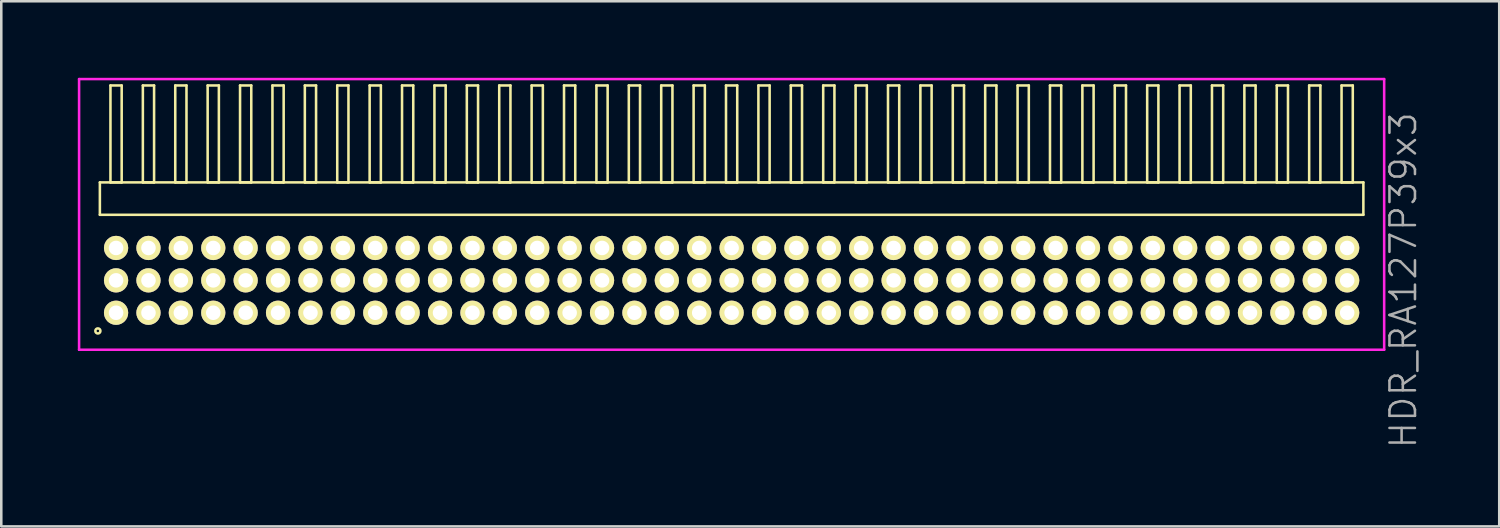
<source format=kicad_pcb>
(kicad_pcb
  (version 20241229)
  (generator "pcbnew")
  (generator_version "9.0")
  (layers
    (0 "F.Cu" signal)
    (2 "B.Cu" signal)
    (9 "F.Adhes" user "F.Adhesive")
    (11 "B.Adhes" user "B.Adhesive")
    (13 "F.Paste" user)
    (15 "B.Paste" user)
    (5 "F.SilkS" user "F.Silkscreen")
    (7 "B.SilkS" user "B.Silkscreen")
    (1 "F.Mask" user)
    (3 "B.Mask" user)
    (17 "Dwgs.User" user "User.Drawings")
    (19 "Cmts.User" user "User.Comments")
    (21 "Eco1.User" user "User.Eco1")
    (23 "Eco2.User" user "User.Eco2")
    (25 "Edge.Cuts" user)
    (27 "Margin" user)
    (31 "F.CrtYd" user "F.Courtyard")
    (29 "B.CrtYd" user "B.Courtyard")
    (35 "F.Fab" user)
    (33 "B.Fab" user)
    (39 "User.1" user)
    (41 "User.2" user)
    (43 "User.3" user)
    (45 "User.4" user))
  (footprint "HDR_RA127P39x3"
    (layer "F.Cu")
    (at 25.63 7.94)
    (property "Reference" "HDR_RA127P39x3" (at 26.33 0 90) (layer "F.Fab") (effects (font (size 1 1) (thickness 0.1))))
    (attr through_hole)
    (fp_line (start -24.765 -3.84) (end -24.765 -2.57) (stroke (width 0.1) (type solid)) (layer "F.SilkS"))
    (fp_line (start -24.765 -2.57) (end 24.765 -2.57) (stroke (width 0.1) (type solid)) (layer "F.SilkS"))
    (fp_line (start -24.35 -7.64) (end -24.35 -3.84) (stroke (width 0.1) (type solid)) (layer "F.SilkS"))
    (fp_line (start -24.35 -3.84) (end -23.91 -3.84) (stroke (width 0.1) (type solid)) (layer "F.SilkS"))
    (fp_line (start -23.91 -7.64) (end -24.35 -7.64) (stroke (width 0.1) (type solid)) (layer "F.SilkS"))
    (fp_line (start -23.91 -3.84) (end -23.91 -7.64) (stroke (width 0.1) (type solid)) (layer "F.SilkS"))
    (fp_line (start -23.08 -7.64) (end -23.08 -3.84) (stroke (width 0.1) (type solid)) (layer "F.SilkS"))
    (fp_line (start -23.08 -3.84) (end -22.64 -3.84) (stroke (width 0.1) (type solid)) (layer "F.SilkS"))
    (fp_line (start -22.64 -7.64) (end -23.08 -7.64) (stroke (width 0.1) (type solid)) (layer "F.SilkS"))
    (fp_line (start -22.64 -3.84) (end -22.64 -7.64) (stroke (width 0.1) (type solid)) (layer "F.SilkS"))
    (fp_line (start -21.81 -7.64) (end -21.81 -3.84) (stroke (width 0.1) (type solid)) (layer "F.SilkS"))
    (fp_line (start -21.81 -3.84) (end -21.37 -3.84) (stroke (width 0.1) (type solid)) (layer "F.SilkS"))
    (fp_line (start -21.37 -7.64) (end -21.81 -7.64) (stroke (width 0.1) (type solid)) (layer "F.SilkS"))
    (fp_line (start -21.37 -3.84) (end -21.37 -7.64) (stroke (width 0.1) (type solid)) (layer "F.SilkS"))
    (fp_line (start -20.54 -7.64) (end -20.54 -3.84) (stroke (width 0.1) (type solid)) (layer "F.SilkS"))
    (fp_line (start -20.54 -3.84) (end -20.1 -3.84) (stroke (width 0.1) (type solid)) (layer "F.SilkS"))
    (fp_line (start -20.1 -7.64) (end -20.54 -7.64) (stroke (width 0.1) (type solid)) (layer "F.SilkS"))
    (fp_line (start -20.1 -3.84) (end -20.1 -7.64) (stroke (width 0.1) (type solid)) (layer "F.SilkS"))
    (fp_line (start -19.27 -7.64) (end -19.27 -3.84) (stroke (width 0.1) (type solid)) (layer "F.SilkS"))
    (fp_line (start -19.27 -3.84) (end -18.83 -3.84) (stroke (width 0.1) (type solid)) (layer "F.SilkS"))
    (fp_line (start -18.83 -7.64) (end -19.27 -7.64) (stroke (width 0.1) (type solid)) (layer "F.SilkS"))
    (fp_line (start -18.83 -3.84) (end -18.83 -7.64) (stroke (width 0.1) (type solid)) (layer "F.SilkS"))
    (fp_line (start -18 -7.64) (end -18 -3.84) (stroke (width 0.1) (type solid)) (layer "F.SilkS"))
    (fp_line (start -18 -3.84) (end -17.56 -3.84) (stroke (width 0.1) (type solid)) (layer "F.SilkS"))
    (fp_line (start -17.56 -7.64) (end -18 -7.64) (stroke (width 0.1) (type solid)) (layer "F.SilkS"))
    (fp_line (start -17.56 -3.84) (end -17.56 -7.64) (stroke (width 0.1) (type solid)) (layer "F.SilkS"))
    (fp_line (start -16.73 -7.64) (end -16.73 -3.84) (stroke (width 0.1) (type solid)) (layer "F.SilkS"))
    (fp_line (start -16.73 -3.84) (end -16.29 -3.84) (stroke (width 0.1) (type solid)) (layer "F.SilkS"))
    (fp_line (start -16.29 -7.64) (end -16.73 -7.64) (stroke (width 0.1) (type solid)) (layer "F.SilkS"))
    (fp_line (start -16.29 -3.84) (end -16.29 -7.64) (stroke (width 0.1) (type solid)) (layer "F.SilkS"))
    (fp_line (start -15.46 -7.64) (end -15.46 -3.84) (stroke (width 0.1) (type solid)) (layer "F.SilkS"))
    (fp_line (start -15.46 -3.84) (end -15.02 -3.84) (stroke (width 0.1) (type solid)) (layer "F.SilkS"))
    (fp_line (start -15.02 -7.64) (end -15.46 -7.64) (stroke (width 0.1) (type solid)) (layer "F.SilkS"))
    (fp_line (start -15.02 -3.84) (end -15.02 -7.64) (stroke (width 0.1) (type solid)) (layer "F.SilkS"))
    (fp_line (start -14.19 -7.64) (end -14.19 -3.84) (stroke (width 0.1) (type solid)) (layer "F.SilkS"))
    (fp_line (start -14.19 -3.84) (end -13.75 -3.84) (stroke (width 0.1) (type solid)) (layer "F.SilkS"))
    (fp_line (start -13.75 -7.64) (end -14.19 -7.64) (stroke (width 0.1) (type solid)) (layer "F.SilkS"))
    (fp_line (start -13.75 -3.84) (end -13.75 -7.64) (stroke (width 0.1) (type solid)) (layer "F.SilkS"))
    (fp_line (start -12.92 -7.64) (end -12.92 -3.84) (stroke (width 0.1) (type solid)) (layer "F.SilkS"))
    (fp_line (start -12.92 -3.84) (end -12.48 -3.84) (stroke (width 0.1) (type solid)) (layer "F.SilkS"))
    (fp_line (start -12.48 -7.64) (end -12.92 -7.64) (stroke (width 0.1) (type solid)) (layer "F.SilkS"))
    (fp_line (start -12.48 -3.84) (end -12.48 -7.64) (stroke (width 0.1) (type solid)) (layer "F.SilkS"))
    (fp_line (start -11.65 -7.64) (end -11.65 -3.84) (stroke (width 0.1) (type solid)) (layer "F.SilkS"))
    (fp_line (start -11.65 -3.84) (end -11.21 -3.84) (stroke (width 0.1) (type solid)) (layer "F.SilkS"))
    (fp_line (start -11.21 -7.64) (end -11.65 -7.64) (stroke (width 0.1) (type solid)) (layer "F.SilkS"))
    (fp_line (start -11.21 -3.84) (end -11.21 -7.64) (stroke (width 0.1) (type solid)) (layer "F.SilkS"))
    (fp_line (start -10.38 -7.64) (end -10.38 -3.84) (stroke (width 0.1) (type solid)) (layer "F.SilkS"))
    (fp_line (start -10.38 -3.84) (end -9.94 -3.84) (stroke (width 0.1) (type solid)) (layer "F.SilkS"))
    (fp_line (start -9.94 -7.64) (end -10.38 -7.64) (stroke (width 0.1) (type solid)) (layer "F.SilkS"))
    (fp_line (start -9.94 -3.84) (end -9.94 -7.64) (stroke (width 0.1) (type solid)) (layer "F.SilkS"))
    (fp_line (start -9.11 -7.64) (end -9.11 -3.84) (stroke (width 0.1) (type solid)) (layer "F.SilkS"))
    (fp_line (start -9.11 -3.84) (end -8.67 -3.84) (stroke (width 0.1) (type solid)) (layer "F.SilkS"))
    (fp_line (start -8.67 -7.64) (end -9.11 -7.64) (stroke (width 0.1) (type solid)) (layer "F.SilkS"))
    (fp_line (start -8.67 -3.84) (end -8.67 -7.64) (stroke (width 0.1) (type solid)) (layer "F.SilkS"))
    (fp_line (start -7.84 -7.64) (end -7.84 -3.84) (stroke (width 0.1) (type solid)) (layer "F.SilkS"))
    (fp_line (start -7.84 -3.84) (end -7.4 -3.84) (stroke (width 0.1) (type solid)) (layer "F.SilkS"))
    (fp_line (start -7.4 -7.64) (end -7.84 -7.64) (stroke (width 0.1) (type solid)) (layer "F.SilkS"))
    (fp_line (start -7.4 -3.84) (end -7.4 -7.64) (stroke (width 0.1) (type solid)) (layer "F.SilkS"))
    (fp_line (start -6.57 -7.64) (end -6.57 -3.84) (stroke (width 0.1) (type solid)) (layer "F.SilkS"))
    (fp_line (start -6.57 -3.84) (end -6.13 -3.84) (stroke (width 0.1) (type solid)) (layer "F.SilkS"))
    (fp_line (start -6.13 -7.64) (end -6.57 -7.64) (stroke (width 0.1) (type solid)) (layer "F.SilkS"))
    (fp_line (start -6.13 -3.84) (end -6.13 -7.64) (stroke (width 0.1) (type solid)) (layer "F.SilkS"))
    (fp_line (start -5.3 -7.64) (end -5.3 -3.84) (stroke (width 0.1) (type solid)) (layer "F.SilkS"))
    (fp_line (start -5.3 -3.84) (end -4.86 -3.84) (stroke (width 0.1) (type solid)) (layer "F.SilkS"))
    (fp_line (start -4.86 -7.64) (end -5.3 -7.64) (stroke (width 0.1) (type solid)) (layer "F.SilkS"))
    (fp_line (start -4.86 -3.84) (end -4.86 -7.64) (stroke (width 0.1) (type solid)) (layer "F.SilkS"))
    (fp_line (start -4.03 -7.64) (end -4.03 -3.84) (stroke (width 0.1) (type solid)) (layer "F.SilkS"))
    (fp_line (start -4.03 -3.84) (end -3.59 -3.84) (stroke (width 0.1) (type solid)) (layer "F.SilkS"))
    (fp_line (start -3.59 -7.64) (end -4.03 -7.64) (stroke (width 0.1) (type solid)) (layer "F.SilkS"))
    (fp_line (start -3.59 -3.84) (end -3.59 -7.64) (stroke (width 0.1) (type solid)) (layer "F.SilkS"))
    (fp_line (start -2.76 -7.64) (end -2.76 -3.84) (stroke (width 0.1) (type solid)) (layer "F.SilkS"))
    (fp_line (start -2.76 -3.84) (end -2.32 -3.84) (stroke (width 0.1) (type solid)) (layer "F.SilkS"))
    (fp_line (start -2.32 -7.64) (end -2.76 -7.64) (stroke (width 0.1) (type solid)) (layer "F.SilkS"))
    (fp_line (start -2.32 -3.84) (end -2.32 -7.64) (stroke (width 0.1) (type solid)) (layer "F.SilkS"))
    (fp_line (start -1.49 -7.64) (end -1.49 -3.84) (stroke (width 0.1) (type solid)) (layer "F.SilkS"))
    (fp_line (start -1.49 -3.84) (end -1.05 -3.84) (stroke (width 0.1) (type solid)) (layer "F.SilkS"))
    (fp_line (start -1.05 -7.64) (end -1.49 -7.64) (stroke (width 0.1) (type solid)) (layer "F.SilkS"))
    (fp_line (start -1.05 -3.84) (end -1.05 -7.64) (stroke (width 0.1) (type solid)) (layer "F.SilkS"))
    (fp_line (start -0.22 -7.64) (end -0.22 -3.84) (stroke (width 0.1) (type solid)) (layer "F.SilkS"))
    (fp_line (start -0.22 -3.84) (end 0.22 -3.84) (stroke (width 0.1) (type solid)) (layer "F.SilkS"))
    (fp_line (start 0.22 -7.64) (end -0.22 -7.64) (stroke (width 0.1) (type solid)) (layer "F.SilkS"))
    (fp_line (start 0.22 -3.84) (end 0.22 -7.64) (stroke (width 0.1) (type solid)) (layer "F.SilkS"))
    (fp_line (start 1.05 -7.64) (end 1.05 -3.84) (stroke (width 0.1) (type solid)) (layer "F.SilkS"))
    (fp_line (start 1.05 -3.84) (end 1.49 -3.84) (stroke (width 0.1) (type solid)) (layer "F.SilkS"))
    (fp_line (start 1.49 -7.64) (end 1.05 -7.64) (stroke (width 0.1) (type solid)) (layer "F.SilkS"))
    (fp_line (start 1.49 -3.84) (end 1.49 -7.64) (stroke (width 0.1) (type solid)) (layer "F.SilkS"))
    (fp_line (start 2.32 -7.64) (end 2.32 -3.84) (stroke (width 0.1) (type solid)) (layer "F.SilkS"))
    (fp_line (start 2.32 -3.84) (end 2.76 -3.84) (stroke (width 0.1) (type solid)) (layer "F.SilkS"))
    (fp_line (start 2.76 -7.64) (end 2.32 -7.64) (stroke (width 0.1) (type solid)) (layer "F.SilkS"))
    (fp_line (start 2.76 -3.84) (end 2.76 -7.64) (stroke (width 0.1) (type solid)) (layer "F.SilkS"))
    (fp_line (start 3.59 -7.64) (end 3.59 -3.84) (stroke (width 0.1) (type solid)) (layer "F.SilkS"))
    (fp_line (start 3.59 -3.84) (end 4.03 -3.84) (stroke (width 0.1) (type solid)) (layer "F.SilkS"))
    (fp_line (start 4.03 -7.64) (end 3.59 -7.64) (stroke (width 0.1) (type solid)) (layer "F.SilkS"))
    (fp_line (start 4.03 -3.84) (end 4.03 -7.64) (stroke (width 0.1) (type solid)) (layer "F.SilkS"))
    (fp_line (start 4.86 -7.64) (end 4.86 -3.84) (stroke (width 0.1) (type solid)) (layer "F.SilkS"))
    (fp_line (start 4.86 -3.84) (end 5.3 -3.84) (stroke (width 0.1) (type solid)) (layer "F.SilkS"))
    (fp_line (start 5.3 -7.64) (end 4.86 -7.64) (stroke (width 0.1) (type solid)) (layer "F.SilkS"))
    (fp_line (start 5.3 -3.84) (end 5.3 -7.64) (stroke (width 0.1) (type solid)) (layer "F.SilkS"))
    (fp_line (start 6.13 -7.64) (end 6.13 -3.84) (stroke (width 0.1) (type solid)) (layer "F.SilkS"))
    (fp_line (start 6.13 -3.84) (end 6.57 -3.84) (stroke (width 0.1) (type solid)) (layer "F.SilkS"))
    (fp_line (start 6.57 -7.64) (end 6.13 -7.64) (stroke (width 0.1) (type solid)) (layer "F.SilkS"))
    (fp_line (start 6.57 -3.84) (end 6.57 -7.64) (stroke (width 0.1) (type solid)) (layer "F.SilkS"))
    (fp_line (start 7.4 -7.64) (end 7.4 -3.84) (stroke (width 0.1) (type solid)) (layer "F.SilkS"))
    (fp_line (start 7.4 -3.84) (end 7.84 -3.84) (stroke (width 0.1) (type solid)) (layer "F.SilkS"))
    (fp_line (start 7.84 -7.64) (end 7.4 -7.64) (stroke (width 0.1) (type solid)) (layer "F.SilkS"))
    (fp_line (start 7.84 -3.84) (end 7.84 -7.64) (stroke (width 0.1) (type solid)) (layer "F.SilkS"))
    (fp_line (start 8.67 -7.64) (end 8.67 -3.84) (stroke (width 0.1) (type solid)) (layer "F.SilkS"))
    (fp_line (start 8.67 -3.84) (end 9.11 -3.84) (stroke (width 0.1) (type solid)) (layer "F.SilkS"))
    (fp_line (start 9.11 -7.64) (end 8.67 -7.64) (stroke (width 0.1) (type solid)) (layer "F.SilkS"))
    (fp_line (start 9.11 -3.84) (end 9.11 -7.64) (stroke (width 0.1) (type solid)) (layer "F.SilkS"))
    (fp_line (start 9.94 -7.64) (end 9.94 -3.84) (stroke (width 0.1) (type solid)) (layer "F.SilkS"))
    (fp_line (start 9.94 -3.84) (end 10.38 -3.84) (stroke (width 0.1) (type solid)) (layer "F.SilkS"))
    (fp_line (start 10.38 -7.64) (end 9.94 -7.64) (stroke (width 0.1) (type solid)) (layer "F.SilkS"))
    (fp_line (start 10.38 -3.84) (end 10.38 -7.64) (stroke (width 0.1) (type solid)) (layer "F.SilkS"))
    (fp_line (start 11.21 -7.64) (end 11.21 -3.84) (stroke (width 0.1) (type solid)) (layer "F.SilkS"))
    (fp_line (start 11.21 -3.84) (end 11.65 -3.84) (stroke (width 0.1) (type solid)) (layer "F.SilkS"))
    (fp_line (start 11.65 -7.64) (end 11.21 -7.64) (stroke (width 0.1) (type solid)) (layer "F.SilkS"))
    (fp_line (start 11.65 -3.84) (end 11.65 -7.64) (stroke (width 0.1) (type solid)) (layer "F.SilkS"))
    (fp_line (start 12.48 -7.64) (end 12.48 -3.84) (stroke (width 0.1) (type solid)) (layer "F.SilkS"))
    (fp_line (start 12.48 -3.84) (end 12.92 -3.84) (stroke (width 0.1) (type solid)) (layer "F.SilkS"))
    (fp_line (start 12.92 -7.64) (end 12.48 -7.64) (stroke (width 0.1) (type solid)) (layer "F.SilkS"))
    (fp_line (start 12.92 -3.84) (end 12.92 -7.64) (stroke (width 0.1) (type solid)) (layer "F.SilkS"))
    (fp_line (start 13.75 -7.64) (end 13.75 -3.84) (stroke (width 0.1) (type solid)) (layer "F.SilkS"))
    (fp_line (start 13.75 -3.84) (end 14.19 -3.84) (stroke (width 0.1) (type solid)) (layer "F.SilkS"))
    (fp_line (start 14.19 -7.64) (end 13.75 -7.64) (stroke (width 0.1) (type solid)) (layer "F.SilkS"))
    (fp_line (start 14.19 -3.84) (end 14.19 -7.64) (stroke (width 0.1) (type solid)) (layer "F.SilkS"))
    (fp_line (start 15.02 -7.64) (end 15.02 -3.84) (stroke (width 0.1) (type solid)) (layer "F.SilkS"))
    (fp_line (start 15.02 -3.84) (end 15.46 -3.84) (stroke (width 0.1) (type solid)) (layer "F.SilkS"))
    (fp_line (start 15.46 -7.64) (end 15.02 -7.64) (stroke (width 0.1) (type solid)) (layer "F.SilkS"))
    (fp_line (start 15.46 -3.84) (end 15.46 -7.64) (stroke (width 0.1) (type solid)) (layer "F.SilkS"))
    (fp_line (start 16.29 -7.64) (end 16.29 -3.84) (stroke (width 0.1) (type solid)) (layer "F.SilkS"))
    (fp_line (start 16.29 -3.84) (end 16.73 -3.84) (stroke (width 0.1) (type solid)) (layer "F.SilkS"))
    (fp_line (start 16.73 -7.64) (end 16.29 -7.64) (stroke (width 0.1) (type solid)) (layer "F.SilkS"))
    (fp_line (start 16.73 -3.84) (end 16.73 -7.64) (stroke (width 0.1) (type solid)) (layer "F.SilkS"))
    (fp_line (start 17.56 -7.64) (end 17.56 -3.84) (stroke (width 0.1) (type solid)) (layer "F.SilkS"))
    (fp_line (start 17.56 -3.84) (end 18 -3.84) (stroke (width 0.1) (type solid)) (layer "F.SilkS"))
    (fp_line (start 18 -7.64) (end 17.56 -7.64) (stroke (width 0.1) (type solid)) (layer "F.SilkS"))
    (fp_line (start 18 -3.84) (end 18 -7.64) (stroke (width 0.1) (type solid)) (layer "F.SilkS"))
    (fp_line (start 18.83 -7.64) (end 18.83 -3.84) (stroke (width 0.1) (type solid)) (layer "F.SilkS"))
    (fp_line (start 18.83 -3.84) (end 19.27 -3.84) (stroke (width 0.1) (type solid)) (layer "F.SilkS"))
    (fp_line (start 19.27 -7.64) (end 18.83 -7.64) (stroke (width 0.1) (type solid)) (layer "F.SilkS"))
    (fp_line (start 19.27 -3.84) (end 19.27 -7.64) (stroke (width 0.1) (type solid)) (layer "F.SilkS"))
    (fp_line (start 20.1 -7.64) (end 20.1 -3.84) (stroke (width 0.1) (type solid)) (layer "F.SilkS"))
    (fp_line (start 20.1 -3.84) (end 20.54 -3.84) (stroke (width 0.1) (type solid)) (layer "F.SilkS"))
    (fp_line (start 20.54 -7.64) (end 20.1 -7.64) (stroke (width 0.1) (type solid)) (layer "F.SilkS"))
    (fp_line (start 20.54 -3.84) (end 20.54 -7.64) (stroke (width 0.1) (type solid)) (layer "F.SilkS"))
    (fp_line (start 21.37 -7.64) (end 21.37 -3.84) (stroke (width 0.1) (type solid)) (layer "F.SilkS"))
    (fp_line (start 21.37 -3.84) (end 21.81 -3.84) (stroke (width 0.1) (type solid)) (layer "F.SilkS"))
    (fp_line (start 21.81 -7.64) (end 21.37 -7.64) (stroke (width 0.1) (type solid)) (layer "F.SilkS"))
    (fp_line (start 21.81 -3.84) (end 21.81 -7.64) (stroke (width 0.1) (type solid)) (layer "F.SilkS"))
    (fp_line (start 22.64 -7.64) (end 22.64 -3.84) (stroke (width 0.1) (type solid)) (layer "F.SilkS"))
    (fp_line (start 22.64 -3.84) (end 23.08 -3.84) (stroke (width 0.1) (type solid)) (layer "F.SilkS"))
    (fp_line (start 23.08 -7.64) (end 22.64 -7.64) (stroke (width 0.1) (type solid)) (layer "F.SilkS"))
    (fp_line (start 23.08 -3.84) (end 23.08 -7.64) (stroke (width 0.1) (type solid)) (layer "F.SilkS"))
    (fp_line (start 23.91 -7.64) (end 23.91 -3.84) (stroke (width 0.1) (type solid)) (layer "F.SilkS"))
    (fp_line (start 23.91 -3.84) (end 24.35 -3.84) (stroke (width 0.1) (type solid)) (layer "F.SilkS"))
    (fp_line (start 24.35 -7.64) (end 23.91 -7.64) (stroke (width 0.1) (type solid)) (layer "F.SilkS"))
    (fp_line (start 24.35 -3.84) (end 24.35 -7.64) (stroke (width 0.1) (type solid)) (layer "F.SilkS"))
    (fp_line (start 24.765 -3.84) (end -24.765 -3.84) (stroke (width 0.1) (type solid)) (layer "F.SilkS"))
    (fp_line (start 24.765 -2.57) (end 24.765 -3.84) (stroke (width 0.1) (type solid)) (layer "F.SilkS"))
    (fp_circle (center -24.843 1.983) (end -24.743 1.983) (stroke (width 0.1) (type solid)) (fill no) (layer "F.SilkS"))
    (fp_line (start -25.58 -7.89) (end -25.58 2.72) (stroke (width 0.1) (type solid)) (layer "F.CrtYd"))
    (fp_line (start -25.58 2.72) (end 25.58 2.72) (stroke (width 0.1) (type solid)) (layer "F.CrtYd"))
    (fp_line (start 25.58 -7.89) (end -25.58 -7.89) (stroke (width 0.1) (type solid)) (layer "F.CrtYd"))
    (fp_line (start 25.58 2.72) (end 25.58 -7.89) (stroke (width 0.1) (type solid)) (layer "F.CrtYd"))
    (pad "1" thru_hole oval (at -24.13 1.27) (size 0.95 0.95) (drill 0.57) (layers "*.Cu" "*.Mask" "F.SilkS"))
    (pad "2" thru_hole oval (at -24.13 0) (size 0.95 0.95) (drill 0.57) (layers "*.Cu" "*.Mask" "F.SilkS"))
    (pad "3" thru_hole oval (at -24.13 -1.27) (size 0.95 0.95) (drill 0.57) (layers "*.Cu" "*.Mask" "F.SilkS"))
    (pad "4" thru_hole oval (at -22.86 1.27) (size 0.95 0.95) (drill 0.57) (layers "*.Cu" "*.Mask" "F.SilkS"))
    (pad "5" thru_hole oval (at -22.86 0) (size 0.95 0.95) (drill 0.57) (layers "*.Cu" "*.Mask" "F.SilkS"))
    (pad "6" thru_hole oval (at -22.86 -1.27) (size 0.95 0.95) (drill 0.57) (layers "*.Cu" "*.Mask" "F.SilkS"))
    (pad "7" thru_hole oval (at -21.59 1.27) (size 0.95 0.95) (drill 0.57) (layers "*.Cu" "*.Mask" "F.SilkS"))
    (pad "8" thru_hole oval (at -21.59 0) (size 0.95 0.95) (drill 0.57) (layers "*.Cu" "*.Mask" "F.SilkS"))
    (pad "9" thru_hole oval (at -21.59 -1.27) (size 0.95 0.95) (drill 0.57) (layers "*.Cu" "*.Mask" "F.SilkS"))
    (pad "10" thru_hole oval (at -20.32 1.27) (size 0.95 0.95) (drill 0.57) (layers "*.Cu" "*.Mask" "F.SilkS"))
    (pad "11" thru_hole oval (at -20.32 0) (size 0.95 0.95) (drill 0.57) (layers "*.Cu" "*.Mask" "F.SilkS"))
    (pad "12" thru_hole oval (at -20.32 -1.27) (size 0.95 0.95) (drill 0.57) (layers "*.Cu" "*.Mask" "F.SilkS"))
    (pad "13" thru_hole oval (at -19.05 1.27) (size 0.95 0.95) (drill 0.57) (layers "*.Cu" "*.Mask" "F.SilkS"))
    (pad "14" thru_hole oval (at -19.05 0) (size 0.95 0.95) (drill 0.57) (layers "*.Cu" "*.Mask" "F.SilkS"))
    (pad "15" thru_hole oval (at -19.05 -1.27) (size 0.95 0.95) (drill 0.57) (layers "*.Cu" "*.Mask" "F.SilkS"))
    (pad "16" thru_hole oval (at -17.78 1.27) (size 0.95 0.95) (drill 0.57) (layers "*.Cu" "*.Mask" "F.SilkS"))
    (pad "17" thru_hole oval (at -17.78 0) (size 0.95 0.95) (drill 0.57) (layers "*.Cu" "*.Mask" "F.SilkS"))
    (pad "18" thru_hole oval (at -17.78 -1.27) (size 0.95 0.95) (drill 0.57) (layers "*.Cu" "*.Mask" "F.SilkS"))
    (pad "19" thru_hole oval (at -16.51 1.27) (size 0.95 0.95) (drill 0.57) (layers "*.Cu" "*.Mask" "F.SilkS"))
    (pad "20" thru_hole oval (at -16.51 0) (size 0.95 0.95) (drill 0.57) (layers "*.Cu" "*.Mask" "F.SilkS"))
    (pad "21" thru_hole oval (at -16.51 -1.27) (size 0.95 0.95) (drill 0.57) (layers "*.Cu" "*.Mask" "F.SilkS"))
    (pad "22" thru_hole oval (at -15.24 1.27) (size 0.95 0.95) (drill 0.57) (layers "*.Cu" "*.Mask" "F.SilkS"))
    (pad "23" thru_hole oval (at -15.24 0) (size 0.95 0.95) (drill 0.57) (layers "*.Cu" "*.Mask" "F.SilkS"))
    (pad "24" thru_hole oval (at -15.24 -1.27) (size 0.95 0.95) (drill 0.57) (layers "*.Cu" "*.Mask" "F.SilkS"))
    (pad "25" thru_hole oval (at -13.97 1.27) (size 0.95 0.95) (drill 0.57) (layers "*.Cu" "*.Mask" "F.SilkS"))
    (pad "26" thru_hole oval (at -13.97 0) (size 0.95 0.95) (drill 0.57) (layers "*.Cu" "*.Mask" "F.SilkS"))
    (pad "27" thru_hole oval (at -13.97 -1.27) (size 0.95 0.95) (drill 0.57) (layers "*.Cu" "*.Mask" "F.SilkS"))
    (pad "28" thru_hole oval (at -12.7 1.27) (size 0.95 0.95) (drill 0.57) (layers "*.Cu" "*.Mask" "F.SilkS"))
    (pad "29" thru_hole oval (at -12.7 0) (size 0.95 0.95) (drill 0.57) (layers "*.Cu" "*.Mask" "F.SilkS"))
    (pad "30" thru_hole oval (at -12.7 -1.27) (size 0.95 0.95) (drill 0.57) (layers "*.Cu" "*.Mask" "F.SilkS"))
    (pad "31" thru_hole oval (at -11.43 1.27) (size 0.95 0.95) (drill 0.57) (layers "*.Cu" "*.Mask" "F.SilkS"))
    (pad "32" thru_hole oval (at -11.43 0) (size 0.95 0.95) (drill 0.57) (layers "*.Cu" "*.Mask" "F.SilkS"))
    (pad "33" thru_hole oval (at -11.43 -1.27) (size 0.95 0.95) (drill 0.57) (layers "*.Cu" "*.Mask" "F.SilkS"))
    (pad "34" thru_hole oval (at -10.16 1.27) (size 0.95 0.95) (drill 0.57) (layers "*.Cu" "*.Mask" "F.SilkS"))
    (pad "35" thru_hole oval (at -10.16 0) (size 0.95 0.95) (drill 0.57) (layers "*.Cu" "*.Mask" "F.SilkS"))
    (pad "36" thru_hole oval (at -10.16 -1.27) (size 0.95 0.95) (drill 0.57) (layers "*.Cu" "*.Mask" "F.SilkS"))
    (pad "37" thru_hole oval (at -8.89 1.27) (size 0.95 0.95) (drill 0.57) (layers "*.Cu" "*.Mask" "F.SilkS"))
    (pad "38" thru_hole oval (at -8.89 0) (size 0.95 0.95) (drill 0.57) (layers "*.Cu" "*.Mask" "F.SilkS"))
    (pad "39" thru_hole oval (at -8.89 -1.27) (size 0.95 0.95) (drill 0.57) (layers "*.Cu" "*.Mask" "F.SilkS"))
    (pad "40" thru_hole oval (at -7.62 1.27) (size 0.95 0.95) (drill 0.57) (layers "*.Cu" "*.Mask" "F.SilkS"))
    (pad "41" thru_hole oval (at -7.62 0) (size 0.95 0.95) (drill 0.57) (layers "*.Cu" "*.Mask" "F.SilkS"))
    (pad "42" thru_hole oval (at -7.62 -1.27) (size 0.95 0.95) (drill 0.57) (layers "*.Cu" "*.Mask" "F.SilkS"))
    (pad "43" thru_hole oval (at -6.35 1.27) (size 0.95 0.95) (drill 0.57) (layers "*.Cu" "*.Mask" "F.SilkS"))
    (pad "44" thru_hole oval (at -6.35 0) (size 0.95 0.95) (drill 0.57) (layers "*.Cu" "*.Mask" "F.SilkS"))
    (pad "45" thru_hole oval (at -6.35 -1.27) (size 0.95 0.95) (drill 0.57) (layers "*.Cu" "*.Mask" "F.SilkS"))
    (pad "46" thru_hole oval (at -5.08 1.27) (size 0.95 0.95) (drill 0.57) (layers "*.Cu" "*.Mask" "F.SilkS"))
    (pad "47" thru_hole oval (at -5.08 0) (size 0.95 0.95) (drill 0.57) (layers "*.Cu" "*.Mask" "F.SilkS"))
    (pad "48" thru_hole oval (at -5.08 -1.27) (size 0.95 0.95) (drill 0.57) (layers "*.Cu" "*.Mask" "F.SilkS"))
    (pad "49" thru_hole oval (at -3.81 1.27) (size 0.95 0.95) (drill 0.57) (layers "*.Cu" "*.Mask" "F.SilkS"))
    (pad "50" thru_hole oval (at -3.81 0) (size 0.95 0.95) (drill 0.57) (layers "*.Cu" "*.Mask" "F.SilkS"))
    (pad "51" thru_hole oval (at -3.81 -1.27) (size 0.95 0.95) (drill 0.57) (layers "*.Cu" "*.Mask" "F.SilkS"))
    (pad "52" thru_hole oval (at -2.54 1.27) (size 0.95 0.95) (drill 0.57) (layers "*.Cu" "*.Mask" "F.SilkS"))
    (pad "53" thru_hole oval (at -2.54 0) (size 0.95 0.95) (drill 0.57) (layers "*.Cu" "*.Mask" "F.SilkS"))
    (pad "54" thru_hole oval (at -2.54 -1.27) (size 0.95 0.95) (drill 0.57) (layers "*.Cu" "*.Mask" "F.SilkS"))
    (pad "55" thru_hole oval (at -1.27 1.27) (size 0.95 0.95) (drill 0.57) (layers "*.Cu" "*.Mask" "F.SilkS"))
    (pad "56" thru_hole oval (at -1.27 0) (size 0.95 0.95) (drill 0.57) (layers "*.Cu" "*.Mask" "F.SilkS"))
    (pad "57" thru_hole oval (at -1.27 -1.27) (size 0.95 0.95) (drill 0.57) (layers "*.Cu" "*.Mask" "F.SilkS"))
    (pad "58" thru_hole oval (at 0 1.27) (size 0.95 0.95) (drill 0.57) (layers "*.Cu" "*.Mask" "F.SilkS"))
    (pad "59" thru_hole oval (at 0 0) (size 0.95 0.95) (drill 0.57) (layers "*.Cu" "*.Mask" "F.SilkS"))
    (pad "60" thru_hole oval (at 0 -1.27) (size 0.95 0.95) (drill 0.57) (layers "*.Cu" "*.Mask" "F.SilkS"))
    (pad "61" thru_hole oval (at 1.27 1.27) (size 0.95 0.95) (drill 0.57) (layers "*.Cu" "*.Mask" "F.SilkS"))
    (pad "62" thru_hole oval (at 1.27 0) (size 0.95 0.95) (drill 0.57) (layers "*.Cu" "*.Mask" "F.SilkS"))
    (pad "63" thru_hole oval (at 1.27 -1.27) (size 0.95 0.95) (drill 0.57) (layers "*.Cu" "*.Mask" "F.SilkS"))
    (pad "64" thru_hole oval (at 2.54 1.27) (size 0.95 0.95) (drill 0.57) (layers "*.Cu" "*.Mask" "F.SilkS"))
    (pad "65" thru_hole oval (at 2.54 0) (size 0.95 0.95) (drill 0.57) (layers "*.Cu" "*.Mask" "F.SilkS"))
    (pad "66" thru_hole oval (at 2.54 -1.27) (size 0.95 0.95) (drill 0.57) (layers "*.Cu" "*.Mask" "F.SilkS"))
    (pad "67" thru_hole oval (at 3.81 1.27) (size 0.95 0.95) (drill 0.57) (layers "*.Cu" "*.Mask" "F.SilkS"))
    (pad "68" thru_hole oval (at 3.81 0) (size 0.95 0.95) (drill 0.57) (layers "*.Cu" "*.Mask" "F.SilkS"))
    (pad "69" thru_hole oval (at 3.81 -1.27) (size 0.95 0.95) (drill 0.57) (layers "*.Cu" "*.Mask" "F.SilkS"))
    (pad "70" thru_hole oval (at 5.08 1.27) (size 0.95 0.95) (drill 0.57) (layers "*.Cu" "*.Mask" "F.SilkS"))
    (pad "71" thru_hole oval (at 5.08 0) (size 0.95 0.95) (drill 0.57) (layers "*.Cu" "*.Mask" "F.SilkS"))
    (pad "72" thru_hole oval (at 5.08 -1.27) (size 0.95 0.95) (drill 0.57) (layers "*.Cu" "*.Mask" "F.SilkS"))
    (pad "73" thru_hole oval (at 6.35 1.27) (size 0.95 0.95) (drill 0.57) (layers "*.Cu" "*.Mask" "F.SilkS"))
    (pad "74" thru_hole oval (at 6.35 0) (size 0.95 0.95) (drill 0.57) (layers "*.Cu" "*.Mask" "F.SilkS"))
    (pad "75" thru_hole oval (at 6.35 -1.27) (size 0.95 0.95) (drill 0.57) (layers "*.Cu" "*.Mask" "F.SilkS"))
    (pad "76" thru_hole oval (at 7.62 1.27) (size 0.95 0.95) (drill 0.57) (layers "*.Cu" "*.Mask" "F.SilkS"))
    (pad "77" thru_hole oval (at 7.62 0) (size 0.95 0.95) (drill 0.57) (layers "*.Cu" "*.Mask" "F.SilkS"))
    (pad "78" thru_hole oval (at 7.62 -1.27) (size 0.95 0.95) (drill 0.57) (layers "*.Cu" "*.Mask" "F.SilkS"))
    (pad "79" thru_hole oval (at 8.89 1.27) (size 0.95 0.95) (drill 0.57) (layers "*.Cu" "*.Mask" "F.SilkS"))
    (pad "80" thru_hole oval (at 8.89 0) (size 0.95 0.95) (drill 0.57) (layers "*.Cu" "*.Mask" "F.SilkS"))
    (pad "81" thru_hole oval (at 8.89 -1.27) (size 0.95 0.95) (drill 0.57) (layers "*.Cu" "*.Mask" "F.SilkS"))
    (pad "82" thru_hole oval (at 10.16 1.27) (size 0.95 0.95) (drill 0.57) (layers "*.Cu" "*.Mask" "F.SilkS"))
    (pad "83" thru_hole oval (at 10.16 0) (size 0.95 0.95) (drill 0.57) (layers "*.Cu" "*.Mask" "F.SilkS"))
    (pad "84" thru_hole oval (at 10.16 -1.27) (size 0.95 0.95) (drill 0.57) (layers "*.Cu" "*.Mask" "F.SilkS"))
    (pad "85" thru_hole oval (at 11.43 1.27) (size 0.95 0.95) (drill 0.57) (layers "*.Cu" "*.Mask" "F.SilkS"))
    (pad "86" thru_hole oval (at 11.43 0) (size 0.95 0.95) (drill 0.57) (layers "*.Cu" "*.Mask" "F.SilkS"))
    (pad "87" thru_hole oval (at 11.43 -1.27) (size 0.95 0.95) (drill 0.57) (layers "*.Cu" "*.Mask" "F.SilkS"))
    (pad "88" thru_hole oval (at 12.7 1.27) (size 0.95 0.95) (drill 0.57) (layers "*.Cu" "*.Mask" "F.SilkS"))
    (pad "89" thru_hole oval (at 12.7 0) (size 0.95 0.95) (drill 0.57) (layers "*.Cu" "*.Mask" "F.SilkS"))
    (pad "90" thru_hole oval (at 12.7 -1.27) (size 0.95 0.95) (drill 0.57) (layers "*.Cu" "*.Mask" "F.SilkS"))
    (pad "91" thru_hole oval (at 13.97 1.27) (size 0.95 0.95) (drill 0.57) (layers "*.Cu" "*.Mask" "F.SilkS"))
    (pad "92" thru_hole oval (at 13.97 0) (size 0.95 0.95) (drill 0.57) (layers "*.Cu" "*.Mask" "F.SilkS"))
    (pad "93" thru_hole oval (at 13.97 -1.27) (size 0.95 0.95) (drill 0.57) (layers "*.Cu" "*.Mask" "F.SilkS"))
    (pad "94" thru_hole oval (at 15.24 1.27) (size 0.95 0.95) (drill 0.57) (layers "*.Cu" "*.Mask" "F.SilkS"))
    (pad "95" thru_hole oval (at 15.24 0) (size 0.95 0.95) (drill 0.57) (layers "*.Cu" "*.Mask" "F.SilkS"))
    (pad "96" thru_hole oval (at 15.24 -1.27) (size 0.95 0.95) (drill 0.57) (layers "*.Cu" "*.Mask" "F.SilkS"))
    (pad "97" thru_hole oval (at 16.51 1.27) (size 0.95 0.95) (drill 0.57) (layers "*.Cu" "*.Mask" "F.SilkS"))
    (pad "98" thru_hole oval (at 16.51 0) (size 0.95 0.95) (drill 0.57) (layers "*.Cu" "*.Mask" "F.SilkS"))
    (pad "99" thru_hole oval (at 16.51 -1.27) (size 0.95 0.95) (drill 0.57) (layers "*.Cu" "*.Mask" "F.SilkS"))
    (pad "100" thru_hole oval (at 17.78 1.27) (size 0.95 0.95) (drill 0.57) (layers "*.Cu" "*.Mask" "F.SilkS"))
    (pad "101" thru_hole oval (at 17.78 0) (size 0.95 0.95) (drill 0.57) (layers "*.Cu" "*.Mask" "F.SilkS"))
    (pad "102" thru_hole oval (at 17.78 -1.27) (size 0.95 0.95) (drill 0.57) (layers "*.Cu" "*.Mask" "F.SilkS"))
    (pad "103" thru_hole oval (at 19.05 1.27) (size 0.95 0.95) (drill 0.57) (layers "*.Cu" "*.Mask" "F.SilkS"))
    (pad "104" thru_hole oval (at 19.05 0) (size 0.95 0.95) (drill 0.57) (layers "*.Cu" "*.Mask" "F.SilkS"))
    (pad "105" thru_hole oval (at 19.05 -1.27) (size 0.95 0.95) (drill 0.57) (layers "*.Cu" "*.Mask" "F.SilkS"))
    (pad "106" thru_hole oval (at 20.32 1.27) (size 0.95 0.95) (drill 0.57) (layers "*.Cu" "*.Mask" "F.SilkS"))
    (pad "107" thru_hole oval (at 20.32 0) (size 0.95 0.95) (drill 0.57) (layers "*.Cu" "*.Mask" "F.SilkS"))
    (pad "108" thru_hole oval (at 20.32 -1.27) (size 0.95 0.95) (drill 0.57) (layers "*.Cu" "*.Mask" "F.SilkS"))
    (pad "109" thru_hole oval (at 21.59 1.27) (size 0.95 0.95) (drill 0.57) (layers "*.Cu" "*.Mask" "F.SilkS"))
    (pad "110" thru_hole oval (at 21.59 0) (size 0.95 0.95) (drill 0.57) (layers "*.Cu" "*.Mask" "F.SilkS"))
    (pad "111" thru_hole oval (at 21.59 -1.27) (size 0.95 0.95) (drill 0.57) (layers "*.Cu" "*.Mask" "F.SilkS"))
    (pad "112" thru_hole oval (at 22.86 1.27) (size 0.95 0.95) (drill 0.57) (layers "*.Cu" "*.Mask" "F.SilkS"))
    (pad "113" thru_hole oval (at 22.86 0) (size 0.95 0.95) (drill 0.57) (layers "*.Cu" "*.Mask" "F.SilkS"))
    (pad "114" thru_hole oval (at 22.86 -1.27) (size 0.95 0.95) (drill 0.57) (layers "*.Cu" "*.Mask" "F.SilkS"))
    (pad "115" thru_hole oval (at 24.13 1.27) (size 0.95 0.95) (drill 0.57) (layers "*.Cu" "*.Mask" "F.SilkS"))
    (pad "116" thru_hole oval (at 24.13 0) (size 0.95 0.95) (drill 0.57) (layers "*.Cu" "*.Mask" "F.SilkS"))
    (pad "117" thru_hole oval (at 24.13 -1.27) (size 0.95 0.95) (drill 0.57) (layers "*.Cu" "*.Mask" "F.SilkS")))
  (gr_rect
    (start -3 -3)
    (end 55.721 17.585)
    (stroke (width 0.1) (type default))
    (fill no)
    (layer "Edge.Cuts")))
</source>
